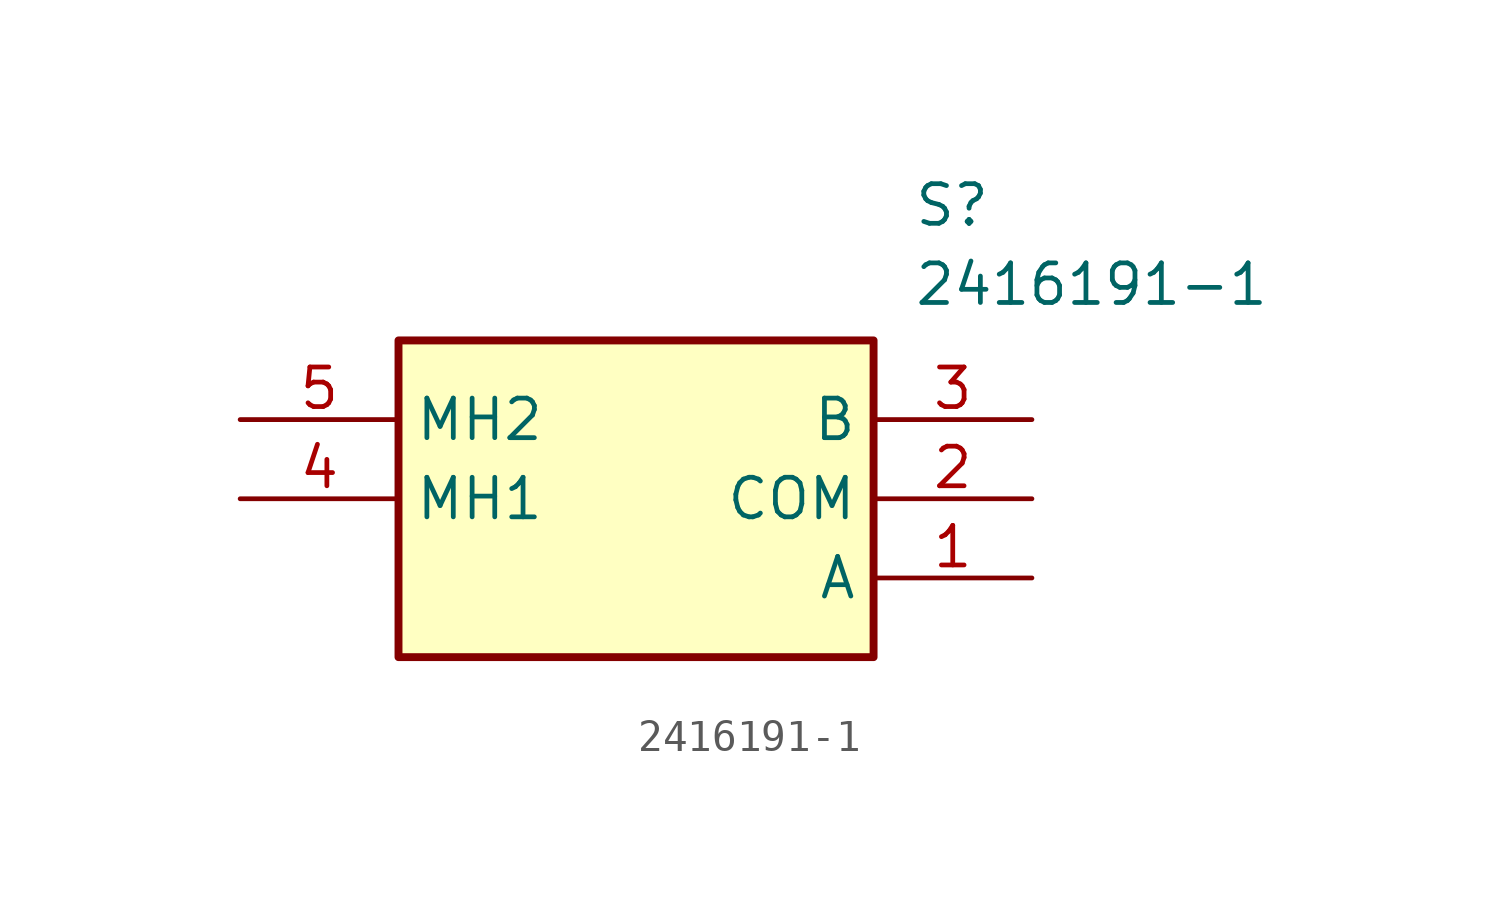
<source format=kicad_sym>
(kicad_symbol_lib
  (version 20241209)
  (generator "kicad_symbol_editor")
  (generator_version "9.0")
  (symbol "2416191-1"
    (property "Reference" "S"
      (at 21.59 7.62 0)
      (effects (font (size 1.27 1.27)) (justify left top)))
    (property "Value" "2416191-1"
      (at 21.59 5.08 0)
      (effects (font (size 1.27 1.27)) (justify left top)))
    (symbol "2416191-1_1_1"
      (rectangle (start 5.08 2.54) (end 20.32 -7.62) (stroke (width 0.254) (type default)) (fill (type background)))
      (pin passive line (at 0 0 0) (length 5.08) (name "MH2" (effects (font (size 1.27 1.27)))) (number "5" (effects (font (size 1.27 1.27)))))
      (pin passive line (at 0 -2.54 0) (length 5.08) (name "MH1" (effects (font (size 1.27 1.27)))) (number "4" (effects (font (size 1.27 1.27)))))
      (pin passive line (at 25.4 0 180) (length 5.08) (name "B" (effects (font (size 1.27 1.27)))) (number "3" (effects (font (size 1.27 1.27)))))
      (pin passive line (at 25.4 -2.54 180) (length 5.08) (name "COM" (effects (font (size 1.27 1.27)))) (number "2" (effects (font (size 1.27 1.27)))))
      (pin passive line (at 25.4 -5.08 180) (length 5.08) (name "A" (effects (font (size 1.27 1.27)))) (number "1" (effects (font (size 1.27 1.27))))))))
</source>
